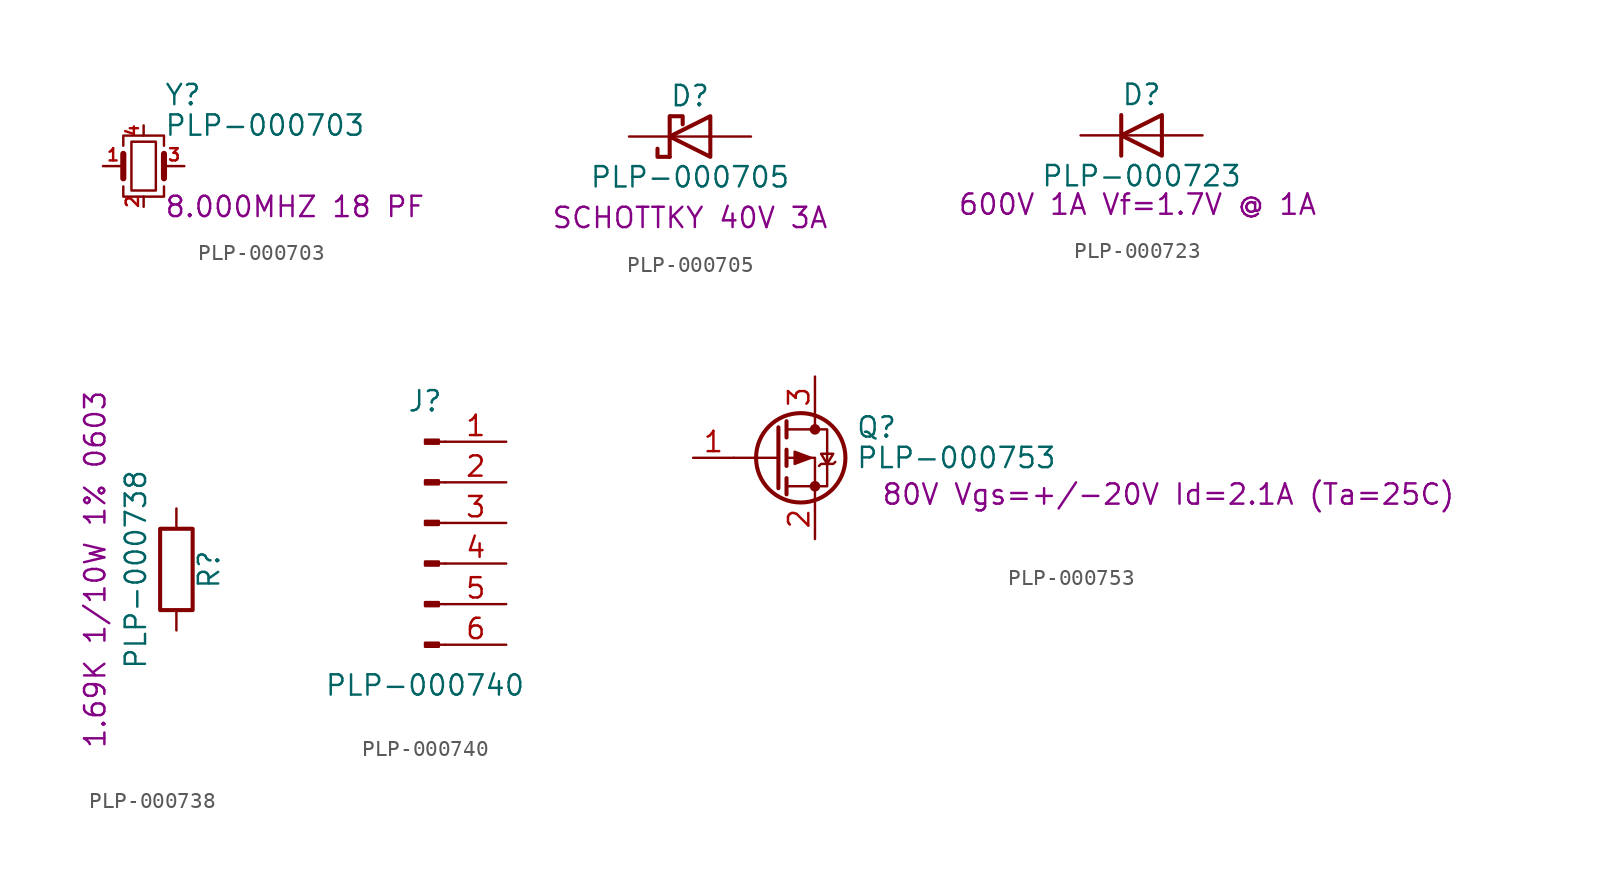
<source format=kicad_sym>
(kicad_symbol_lib
  (version 20241209)
  (generator "kicad_symbol_editor")
  (generator_version "9.0")
  (symbol "PLP-000703"
    (pin_names
      (offset 1.016)
      (hide yes))
    (property "Reference" "Y"
      (at 1.27 4.445 0)
      (effects (font (size 1.27 1.27)) (justify left)))
    (property "Value" "PLP-000703"
      (at 1.27 2.54 0)
      (effects (font (size 1.27 1.27)) (justify left)))
    (property "INFO" "8.000MHZ 18 PF"
      (at 1.27 -2.54 0)
      (effects (font (size 1.27 1.27)) (justify left)))
    (symbol "PLP-000703_0_1"
      (polyline (pts (xy -1.27 1.27) (xy -1.27 1.905) (xy 1.27 1.905) (xy 1.27 1.27)) (stroke (width 0) (type default)) (fill (type none)))
      (polyline (pts (xy -1.27 -0.762) (xy -1.27 0.762)) (stroke (width 0.381) (type default)) (fill (type none)))
      (polyline (pts (xy -1.27 -1.27) (xy -1.27 -1.905) (xy 1.27 -1.905) (xy 1.27 -1.27)) (stroke (width 0) (type default)) (fill (type none)))
      (rectangle (start -0.762 -1.524) (end 0.762 1.524) (stroke (width 0) (type default)) (fill (type none)))
      (polyline (pts (xy 1.27 -0.762) (xy 1.27 0.762)) (stroke (width 0.381) (type default)) (fill (type none))))
    (symbol "PLP-000703_1_1"
      (pin passive line (at -2.54 0 0) (length 1.27) (name "1" (effects (font (size 1.27 1.27)))) (number "1" (effects (font (size 0.762 0.762)))))
      (pin passive line (at 0 2.54 270) (length 0.635) (name "4" (effects (font (size 1.27 1.27)))) (number "4" (effects (font (size 0.762 0.762)))))
      (pin passive line (at 0 -2.54 90) (length 0.635) (name "2" (effects (font (size 1.27 1.27)))) (number "2" (effects (font (size 0.762 0.762)))))
      (pin passive line (at 2.54 0 180) (length 1.27) (name "3" (effects (font (size 1.27 1.27)))) (number "3" (effects (font (size 0.762 0.762)))))))
  (symbol "PLP-000705"
    (pin_numbers
      (hide yes))
    (pin_names
      (offset 1.016)
      (hide yes))
    (property "Reference" "D"
      (at 0 2.54 0)
      (effects (font (size 1.27 1.27))))
    (property "Value" "PLP-000705"
      (at 0 -2.54 0)
      (effects (font (size 1.27 1.27))))
    (property "Info" "SCHOTTKY 40V 3A"
      (at 0 -5.08 0)
      (effects (font (size 1.27 1.27))))
    (symbol "PLP-000705_0_1"
      (polyline (pts (xy -1.27 1.27) (xy -1.27 -1.27)) (stroke (width 0.254) (type default)) (fill (type none)))
      (polyline (pts (xy -1.27 -1.27) (xy -2.032 -1.27) (xy -2.032 -0.762)) (stroke (width 0.254) (type default)) (fill (type none)))
      (polyline (pts (xy -1.219 1.27) (xy -0.457 1.27) (xy -0.457 0.762)) (stroke (width 0.254) (type default)) (fill (type none)))
      (polyline (pts (xy 1.27 1.27) (xy 1.27 -1.27) (xy -1.27 0) (xy 1.27 1.27)) (stroke (width 0.254) (type default)) (fill (type none)))
      (polyline (pts (xy 1.27 0) (xy -1.27 0)) (stroke (width 0) (type default)) (fill (type none))))
    (symbol "PLP-000705_1_1"
      (pin passive line (at -3.81 0 0) (length 2.54) (name "K" (effects (font (size 1.27 1.27)))) (number "1" (effects (font (size 1.27 1.27)))))
      (pin passive line (at 3.81 0 180) (length 2.54) (name "A" (effects (font (size 1.27 1.27)))) (number "2" (effects (font (size 1.27 1.27)))))))
  (symbol "PLP-000723"
    (pin_numbers
      (hide yes))
    (pin_names
      (offset 1.016)
      (hide yes))
    (property "Reference" "D"
      (at 0 2.54 0)
      (effects (font (size 1.27 1.27))))
    (property "Value" "PLP-000723"
      (at 0 -2.54 0)
      (effects (font (size 1.27 1.27))))
    (property "Info" "600V 1A Vf=1.7V @ 1A"
      (at -0.254 -4.318 0)
      (effects (font (size 1.27 1.27))))
    (symbol "PLP-000723_0_1"
      (polyline (pts (xy -1.27 1.27) (xy -1.27 -1.27)) (stroke (width 0.254) (type default)) (fill (type none)))
      (polyline (pts (xy 1.27 1.27) (xy 1.27 -1.27) (xy -1.27 0) (xy 1.27 1.27)) (stroke (width 0.254) (type default)) (fill (type none)))
      (polyline (pts (xy 1.27 0) (xy -1.27 0)) (stroke (width 0) (type default)) (fill (type none))))
    (symbol "PLP-000723_1_1"
      (pin passive line (at -3.81 0 0) (length 2.54) (name "K" (effects (font (size 1.27 1.27)))) (number "1" (effects (font (size 1.27 1.27)))))
      (pin passive line (at 3.81 0 180) (length 2.54) (name "A" (effects (font (size 1.27 1.27)))) (number "2" (effects (font (size 1.27 1.27)))))))
  (symbol "PLP-000738"
    (pin_numbers
      (hide yes))
    (pin_names
      (offset 0))
    (property "Reference" "R"
      (at 2.032 0 90)
      (effects (font (size 1.27 1.27))))
    (property "Value" "PLP-000738"
      (at -2.54 0 90)
      (effects (font (size 1.27 1.27))))
    (property "Info" "1.69K 1/10W 1% 0603"
      (at -5.08 0 90)
      (effects (font (size 1.27 1.27))))
    (symbol "PLP-000738_0_1"
      (rectangle (start -1.016 -2.54) (end 1.016 2.54) (stroke (width 0.254) (type default)) (fill (type none))))
    (symbol "PLP-000738_1_1"
      (pin passive line (at 0 3.81 270) (length 1.27) (name "~" (effects (font (size 1.27 1.27)))) (number "1" (effects (font (size 1.27 1.27)))))
      (pin passive line (at 0 -3.81 90) (length 1.27) (name "~" (effects (font (size 1.27 1.27)))) (number "2" (effects (font (size 1.27 1.27)))))))
  (symbol "PLP-000740"
    (pin_names
      (offset 1.016)
      (hide yes))
    (property "Reference" "J"
      (at 0 7.62 0)
      (effects (font (size 1.27 1.27))))
    (property "Value" "PLP-000740"
      (at 0 -10.16 0)
      (effects (font (size 1.27 1.27))))
    (symbol "PLP-000740_1_1"
      (rectangle (start 0.864 5.207) (end 0 4.953) (stroke (width 0.152) (type default)) (fill (type outline)))
      (rectangle (start 0.864 2.667) (end 0 2.413) (stroke (width 0.152) (type default)) (fill (type outline)))
      (rectangle (start 0.864 0.127) (end 0 -0.127) (stroke (width 0.152) (type default)) (fill (type outline)))
      (rectangle (start 0.864 -2.413) (end 0 -2.667) (stroke (width 0.152) (type default)) (fill (type outline)))
      (rectangle (start 0.864 -4.953) (end 0 -5.207) (stroke (width 0.152) (type default)) (fill (type outline)))
      (rectangle (start 0.864 -7.493) (end 0 -7.747) (stroke (width 0.152) (type default)) (fill (type outline)))
      (polyline (pts (xy 1.27 5.08) (xy 0.864 5.08)) (stroke (width 0.152) (type default)) (fill (type none)))
      (polyline (pts (xy 1.27 2.54) (xy 0.864 2.54)) (stroke (width 0.152) (type default)) (fill (type none)))
      (polyline (pts (xy 1.27 0) (xy 0.864 0)) (stroke (width 0.152) (type default)) (fill (type none)))
      (polyline (pts (xy 1.27 -2.54) (xy 0.864 -2.54)) (stroke (width 0.152) (type default)) (fill (type none)))
      (polyline (pts (xy 1.27 -5.08) (xy 0.864 -5.08)) (stroke (width 0.152) (type default)) (fill (type none)))
      (polyline (pts (xy 1.27 -7.62) (xy 0.864 -7.62)) (stroke (width 0.152) (type default)) (fill (type none)))
      (pin passive line (at 5.08 5.08 180) (length 3.81) (name "Pin_1" (effects (font (size 1.27 1.27)))) (number "1" (effects (font (size 1.27 1.27)))))
      (pin passive line (at 5.08 2.54 180) (length 3.81) (name "Pin_2" (effects (font (size 1.27 1.27)))) (number "2" (effects (font (size 1.27 1.27)))))
      (pin passive line (at 5.08 0 180) (length 3.81) (name "Pin_3" (effects (font (size 1.27 1.27)))) (number "3" (effects (font (size 1.27 1.27)))))
      (pin passive line (at 5.08 -2.54 180) (length 3.81) (name "Pin_4" (effects (font (size 1.27 1.27)))) (number "4" (effects (font (size 1.27 1.27)))))
      (pin passive line (at 5.08 -5.08 180) (length 3.81) (name "Pin_5" (effects (font (size 1.27 1.27)))) (number "5" (effects (font (size 1.27 1.27)))))
      (pin passive line (at 5.08 -7.62 180) (length 3.81) (name "Pin_6" (effects (font (size 1.27 1.27)))) (number "6" (effects (font (size 1.27 1.27)))))))
  (symbol "PLP-000753"
    (pin_names
      (hide yes))
    (property "Reference" "Q"
      (at 5.08 1.905 0)
      (effects (font (size 1.27 1.27)) (justify left)))
    (property "Value" "PLP-000753"
      (at 5.08 0 0)
      (effects (font (size 1.27 1.27)) (justify left)))
    (property "Info" "80V Vgs=+/-20V Id=2.1A (Ta=25C)"
      (at 24.638 -2.286 0)
      (effects (font (size 1.27 1.27))))
    (symbol "PLP-000753_0_1"
      (polyline (pts (xy 0.254 1.905) (xy 0.254 -1.905)) (stroke (width 0.254) (type default)) (fill (type none)))
      (polyline (pts (xy 0.254 0) (xy -2.54 0)) (stroke (width 0) (type default)) (fill (type none)))
      (polyline (pts (xy 0.762 2.286) (xy 0.762 1.27)) (stroke (width 0.254) (type default)) (fill (type none)))
      (polyline (pts (xy 0.762 1.778) (xy 3.302 1.778) (xy 3.302 -1.778) (xy 0.762 -1.778)) (stroke (width 0) (type default)) (fill (type none)))
      (polyline (pts (xy 0.762 0.508) (xy 0.762 -0.508)) (stroke (width 0.254) (type default)) (fill (type none)))
      (polyline (pts (xy 0.762 -1.27) (xy 0.762 -2.286)) (stroke (width 0.254) (type default)) (fill (type none)))
      (circle (center 1.651 0) (radius 2.794) (stroke (width 0.254) (type default)) (fill (type none)))
      (polyline (pts (xy 2.286 0) (xy 1.27 0.381) (xy 1.27 -0.381) (xy 2.286 0)) (stroke (width 0) (type default)) (fill (type outline)))
      (polyline (pts (xy 2.54 2.54) (xy 2.54 1.778)) (stroke (width 0) (type default)) (fill (type none)))
      (circle (center 2.54 1.778) (radius 0.254) (stroke (width 0) (type default)) (fill (type outline)))
      (circle (center 2.54 -1.778) (radius 0.254) (stroke (width 0) (type default)) (fill (type outline)))
      (polyline (pts (xy 2.54 -2.54) (xy 2.54 0) (xy 0.762 0)) (stroke (width 0) (type default)) (fill (type none)))
      (polyline (pts (xy 2.794 -0.508) (xy 2.921 -0.381) (xy 3.683 -0.381) (xy 3.81 -0.254)) (stroke (width 0) (type default)) (fill (type none)))
      (polyline (pts (xy 3.302 -0.381) (xy 2.921 0.254) (xy 3.683 0.254) (xy 3.302 -0.381)) (stroke (width 0) (type default)) (fill (type none))))
    (symbol "PLP-000753_1_1"
      (pin input line (at -5.08 0 0) (length 2.54) (name "G" (effects (font (size 1.27 1.27)))) (number "1" (effects (font (size 1.27 1.27)))))
      (pin passive line (at 2.54 5.08 270) (length 2.54) (name "D" (effects (font (size 1.27 1.27)))) (number "3" (effects (font (size 1.27 1.27)))))
      (pin passive line (at 2.54 -5.08 90) (length 2.54) (name "S" (effects (font (size 1.27 1.27)))) (number "2" (effects (font (size 1.27 1.27))))))))
</source>
